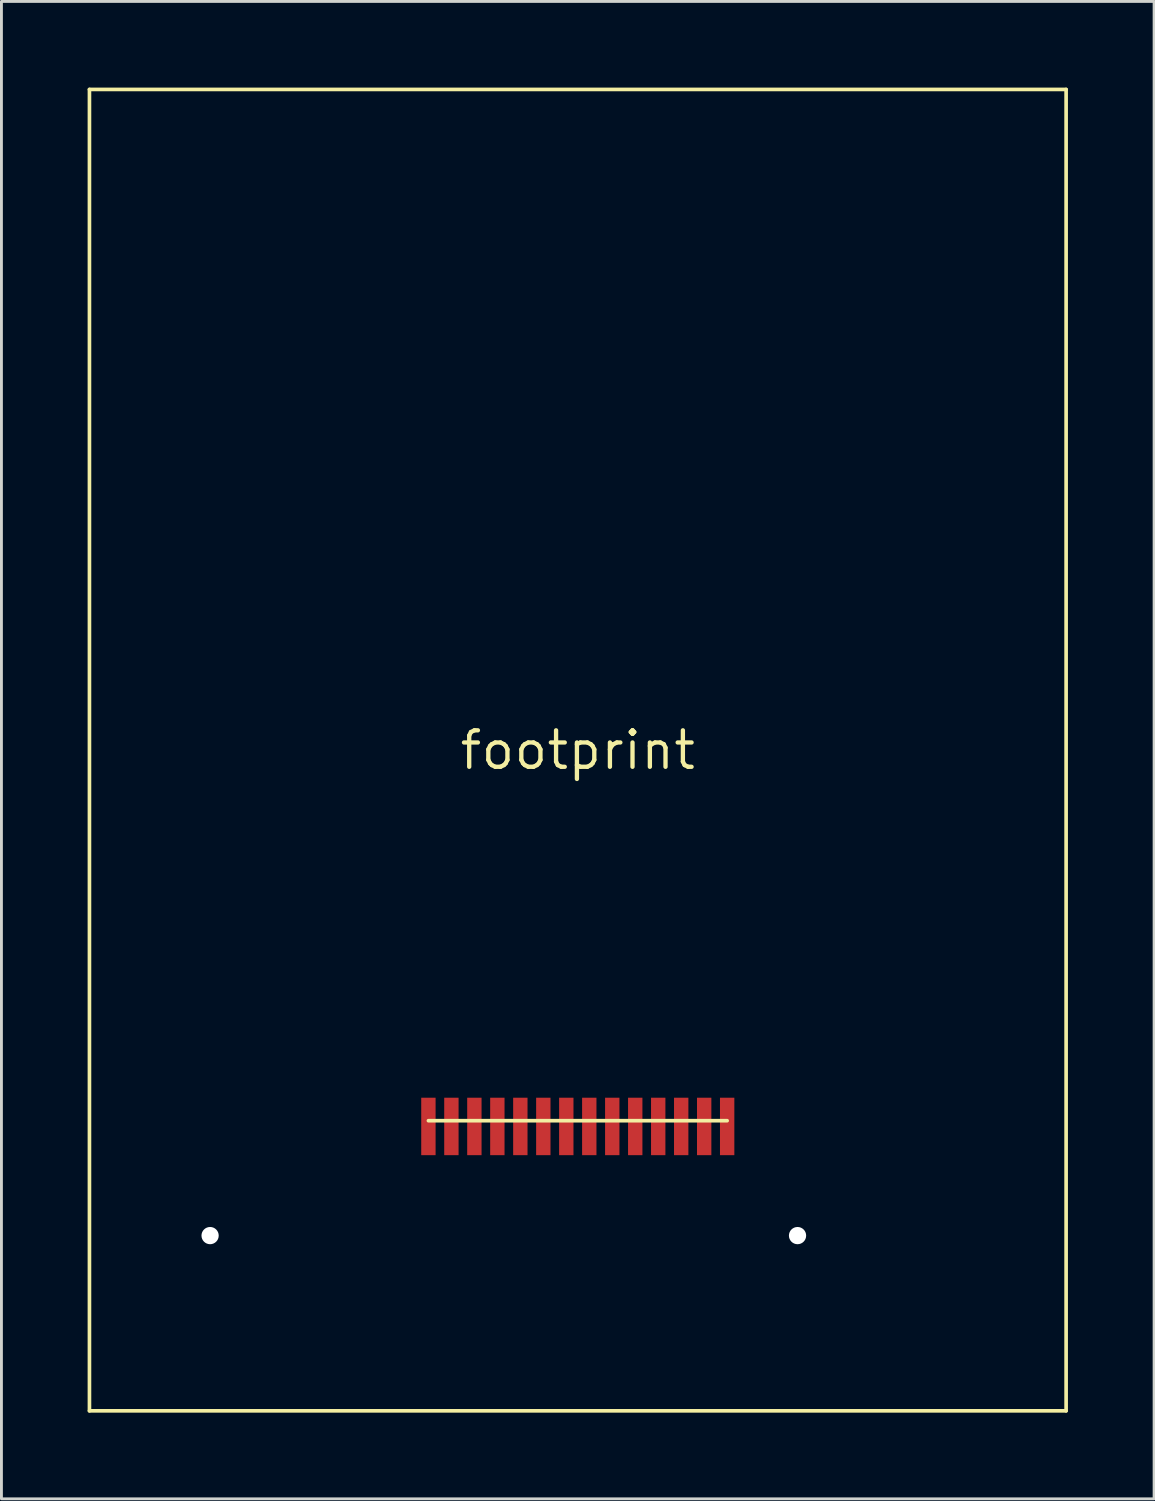
<source format=kicad_pcb>
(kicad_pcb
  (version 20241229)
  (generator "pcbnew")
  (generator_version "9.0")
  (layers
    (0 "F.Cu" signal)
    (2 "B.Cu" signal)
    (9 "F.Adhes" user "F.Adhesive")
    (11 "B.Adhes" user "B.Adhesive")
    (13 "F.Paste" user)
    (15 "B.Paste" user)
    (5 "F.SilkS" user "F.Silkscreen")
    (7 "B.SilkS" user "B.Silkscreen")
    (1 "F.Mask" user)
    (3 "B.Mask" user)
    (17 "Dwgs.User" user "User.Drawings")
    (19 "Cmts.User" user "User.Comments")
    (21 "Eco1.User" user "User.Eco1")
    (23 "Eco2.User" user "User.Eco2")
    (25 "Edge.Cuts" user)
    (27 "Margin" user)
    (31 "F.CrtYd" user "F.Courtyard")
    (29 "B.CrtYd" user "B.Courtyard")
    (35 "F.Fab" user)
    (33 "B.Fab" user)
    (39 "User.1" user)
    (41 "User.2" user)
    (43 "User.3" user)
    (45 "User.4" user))
  (footprint "footprint"
    (layer "F.Cu")
    (at 17.064 23.064)
    (property "Reference" "footprint" (at 0 0 0) (layer "F.SilkS") (effects (font (size 1.27 1.27) (thickness 0.15))))
    (fp_line (start -17 -23) (end 17 -23) (stroke (width 0.127) (type solid)) (layer "F.SilkS"))
    (fp_line (start -17 23) (end -17 -23) (stroke (width 0.127) (type solid)) (layer "F.SilkS"))
    (fp_line (start -5.2 12.9) (end 5.2 12.9) (stroke (width 0.127) (type solid)) (layer "F.SilkS"))
    (fp_line (start 17 -23) (end 17 23) (stroke (width 0.127) (type solid)) (layer "F.SilkS"))
    (fp_line (start 17 23) (end -17 23) (stroke (width 0.127) (type solid)) (layer "F.SilkS"))
    (pad "" np_thru_hole circle (at -12.8 16.9) (size 0.6 0.6) (drill 0.6) (layers "*.Cu" "*.Mask"))
    (pad "" np_thru_hole circle (at 7.65 16.9) (size 0.6 0.6) (drill 0.6) (layers "*.Cu" "*.Mask"))
    (pad "1" smd rect (at 5.2 13.1 90) (size 2 0.5) (layers "F.Cu" "F.Mask" "F.Paste"))
    (pad "2" smd rect (at 4.4 13.1 90) (size 2 0.5) (layers "F.Cu" "F.Mask" "F.Paste"))
    (pad "3" smd rect (at 3.6 13.1 90) (size 2 0.5) (layers "F.Cu" "F.Mask" "F.Paste"))
    (pad "4" smd rect (at 2.8 13.1 90) (size 2 0.5) (layers "F.Cu" "F.Mask" "F.Paste"))
    (pad "5" smd rect (at 2 13.1 90) (size 2 0.5) (layers "F.Cu" "F.Mask" "F.Paste"))
    (pad "6" smd rect (at 1.2 13.1 90) (size 2 0.5) (layers "F.Cu" "F.Mask" "F.Paste"))
    (pad "7" smd rect (at 0.4 13.1 90) (size 2 0.5) (layers "F.Cu" "F.Mask" "F.Paste"))
    (pad "8" smd rect (at -0.4 13.1 90) (size 2 0.5) (layers "F.Cu" "F.Mask" "F.Paste"))
    (pad "9" smd rect (at -1.2 13.1 90) (size 2 0.5) (layers "F.Cu" "F.Mask" "F.Paste"))
    (pad "10" smd rect (at -2 13.1 90) (size 2 0.5) (layers "F.Cu" "F.Mask" "F.Paste"))
    (pad "11" smd rect (at -2.8 13.1 90) (size 2 0.5) (layers "F.Cu" "F.Mask" "F.Paste"))
    (pad "12" smd rect (at -3.6 13.1 90) (size 2 0.5) (layers "F.Cu" "F.Mask" "F.Paste"))
    (pad "13" smd rect (at -4.4 13.1 90) (size 2 0.5) (layers "F.Cu" "F.Mask" "F.Paste"))
    (pad "14" smd rect (at -5.2 13.1 90) (size 2 0.5) (layers "F.Cu" "F.Mask" "F.Paste")))
  (gr_rect
    (start -3 -3)
    (end 37.127 49.127)
    (stroke (width 0.1) (type default))
    (fill no)
    (layer "Edge.Cuts")))
</source>
